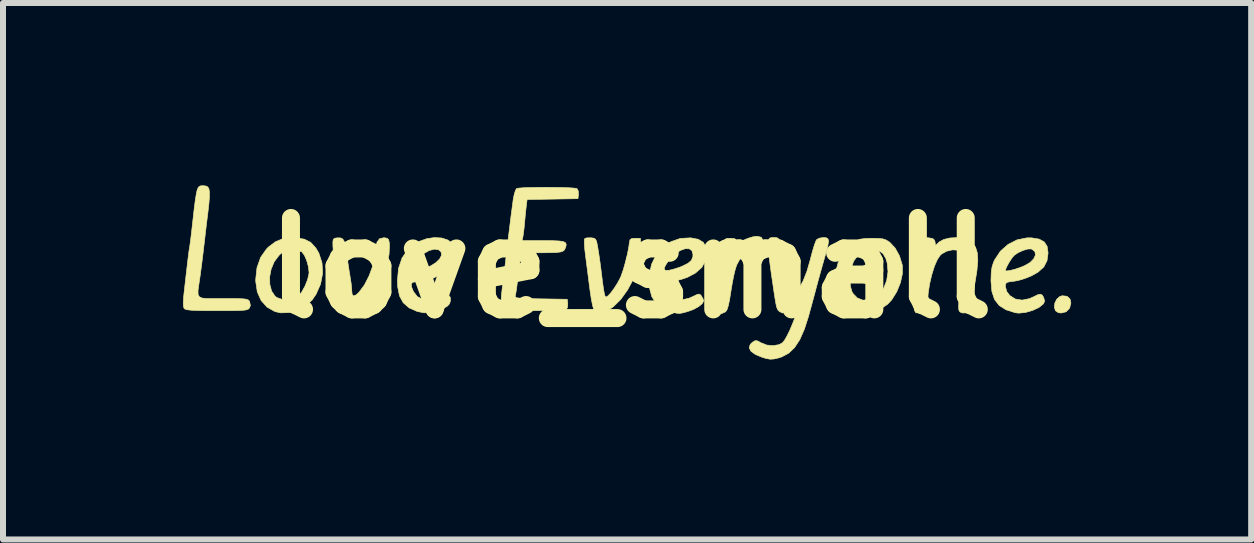
<source format=kicad_pcb>
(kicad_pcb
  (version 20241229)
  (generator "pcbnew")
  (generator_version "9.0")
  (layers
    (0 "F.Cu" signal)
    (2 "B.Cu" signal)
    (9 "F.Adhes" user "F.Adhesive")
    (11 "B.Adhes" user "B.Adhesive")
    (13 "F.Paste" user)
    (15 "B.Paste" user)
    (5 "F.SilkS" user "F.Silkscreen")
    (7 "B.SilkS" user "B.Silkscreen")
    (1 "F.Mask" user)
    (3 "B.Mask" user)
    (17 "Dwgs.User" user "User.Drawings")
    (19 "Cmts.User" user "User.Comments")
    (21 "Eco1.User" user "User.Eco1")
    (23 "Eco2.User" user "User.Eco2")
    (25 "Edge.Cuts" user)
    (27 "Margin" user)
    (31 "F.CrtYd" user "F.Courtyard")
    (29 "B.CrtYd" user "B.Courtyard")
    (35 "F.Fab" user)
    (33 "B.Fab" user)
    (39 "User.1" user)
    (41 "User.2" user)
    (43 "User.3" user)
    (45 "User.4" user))
  (footprint "love_small"
    (layer "F.Cu")
    (at 7.461 1.418)
    (property "Reference" "love_small" (at 0 0 0) (layer "F.SilkS") (effects (font (size 1.524 1.524) (thickness 0.3))))
    (attr through_hole)
    (fp_poly (pts (xy 7.278 0.471) (xy 7.327 0.518) (xy 7.341 0.582) (xy 7.319 0.67) (xy 7.262 0.729) (xy 7.18 0.75) (xy 7.131 0.744) (xy 7.083 0.711) (xy 7.065 0.653) (xy 7.073 0.585) (xy 7.104 0.521) (xy 7.155 0.475) (xy 7.197 0.462) (xy 7.278 0.471)) (stroke (width 0.01) (type solid)) (fill yes) (layer "F.SilkS"))
    (fp_poly (pts (xy 2.117 -0.528) (xy 2.178 -0.513) (xy 2.203 -0.475) (xy 2.205 -0.461) (xy 2.193 -0.39) (xy 2.143 -0.333) (xy 2.07 -0.306) (xy 2.055 -0.305) (xy 1.974 -0.282) (xy 1.89 -0.221) (xy 1.814 -0.132) (xy 1.772 -0.055) (xy 1.748 0.014) (xy 1.722 0.12) (xy 1.697 0.246) (xy 1.675 0.377) (xy 1.652 0.524) (xy 1.63 0.628) (xy 1.609 0.693) (xy 1.587 0.727) (xy 1.584 0.73) (xy 1.518 0.76) (xy 1.46 0.742) (xy 1.437 0.722) (xy 1.409 0.664) (xy 1.41 0.627) (xy 1.418 0.577) (xy 1.43 0.492) (xy 1.443 0.388) (xy 1.447 0.356) (xy 1.472 0.126) (xy 1.493 -0.058) (xy 1.51 -0.202) (xy 1.526 -0.31) (xy 1.541 -0.388) (xy 1.556 -0.44) (xy 1.573 -0.472) (xy 1.593 -0.489) (xy 1.617 -0.495) (xy 1.647 -0.495) (xy 1.666 -0.495) (xy 1.73 -0.491) (xy 1.758 -0.475) (xy 1.763 -0.438) (xy 1.77 -0.394) (xy 1.782 -0.381) (xy 1.803 -0.4) (xy 1.803 -0.404) (xy 1.826 -0.431) (xy 1.882 -0.463) (xy 1.957 -0.495) (xy 2.036 -0.519) (xy 2.102 -0.529) (xy 2.117 -0.528)) (stroke (width 0.01) (type solid)) (fill yes) (layer "F.SilkS"))
    (fp_poly (pts (xy -4.101 -0.504) (xy -4.055 -0.495) (xy -4.032 -0.471) (xy -4.021 -0.418) (xy -4.018 -0.374) (xy -4.026 -0.223) (xy -4.065 -0.053) (xy -4.129 0.124) (xy -4.211 0.297) (xy -4.308 0.453) (xy -4.413 0.582) (xy -4.518 0.671) (xy -4.632 0.73) (xy -4.722 0.749) (xy -4.781 0.73) (xy -4.798 0.707) (xy -4.815 0.663) (xy -4.832 0.592) (xy -4.852 0.49) (xy -4.875 0.35) (xy -4.902 0.17) (xy -4.927 -0.013) (xy -4.942 -0.132) (xy -4.954 -0.254) (xy -4.96 -0.352) (xy -4.961 -0.356) (xy -4.962 -0.436) (xy -4.955 -0.478) (xy -4.933 -0.496) (xy -4.889 -0.503) (xy -4.885 -0.503) (xy -4.834 -0.502) (xy -4.797 -0.484) (xy -4.771 -0.44) (xy -4.75 -0.362) (xy -4.731 -0.245) (xy -4.725 -0.194) (xy -4.709 -0.073) (xy -4.691 0.046) (xy -4.675 0.142) (xy -4.673 0.157) (xy -4.658 0.251) (xy -4.649 0.34) (xy -4.648 0.37) (xy -4.64 0.442) (xy -4.615 0.466) (xy -4.57 0.445) (xy -4.525 0.402) (xy -4.437 0.284) (xy -4.359 0.132) (xy -4.296 -0.037) (xy -4.255 -0.204) (xy -4.243 -0.332) (xy -4.227 -0.431) (xy -4.183 -0.489) (xy -4.111 -0.505) (xy -4.101 -0.504)) (stroke (width 0.01) (type solid)) (fill yes) (layer "F.SilkS"))
    (fp_poly (pts (xy -0.657 -0.504) (xy -0.611 -0.497) (xy -0.583 -0.48) (xy -0.565 -0.441) (xy -0.55 -0.368) (xy -0.544 -0.33) (xy -0.528 -0.229) (xy -0.509 -0.099) (xy -0.491 0.037) (xy -0.485 0.089) (xy -0.466 0.24) (xy -0.451 0.348) (xy -0.438 0.419) (xy -0.427 0.461) (xy -0.415 0.479) (xy -0.406 0.483) (xy -0.373 0.462) (xy -0.325 0.409) (xy -0.27 0.334) (xy -0.216 0.249) (xy -0.172 0.166) (xy -0.16 0.14) (xy -0.122 0.032) (xy -0.084 -0.101) (xy -0.05 -0.24) (xy -0.027 -0.364) (xy -0.02 -0.419) (xy -0.009 -0.471) (xy 0.02 -0.492) (xy 0.076 -0.495) (xy 0.165 -0.495) (xy 0.173 -0.361) (xy 0.163 -0.188) (xy 0.119 -0.001) (xy 0.046 0.188) (xy -0.05 0.366) (xy -0.162 0.522) (xy -0.285 0.643) (xy -0.327 0.673) (xy -0.431 0.729) (xy -0.519 0.753) (xy -0.58 0.741) (xy -0.606 0.706) (xy -0.63 0.635) (xy -0.653 0.524) (xy -0.676 0.368) (xy -0.685 0.302) (xy -0.7 0.181) (xy -0.719 0.033) (xy -0.739 -0.118) (xy -0.748 -0.19) (xy -0.762 -0.304) (xy -0.769 -0.4) (xy -0.77 -0.466) (xy -0.765 -0.49) (xy -0.727 -0.503) (xy -0.663 -0.504) (xy -0.657 -0.504)) (stroke (width 0.01) (type solid)) (fill yes) (layer "F.SilkS"))
    (fp_poly (pts (xy -5.578 -0.504) (xy -5.438 -0.481) (xy -5.332 -0.428) (xy -5.248 -0.337) (xy -5.196 -0.249) (xy -5.143 -0.086) (xy -5.133 0.089) (xy -5.167 0.267) (xy -5.242 0.437) (xy -5.306 0.53) (xy -5.412 0.63) (xy -5.545 0.702) (xy -5.69 0.743) (xy -5.834 0.747) (xy -5.927 0.726) (xy -6.059 0.652) (xy -6.158 0.542) (xy -6.222 0.398) (xy -6.248 0.224) (xy -6.248 0.192) (xy -6.244 0.148) (xy -6.016 0.148) (xy -6.013 0.274) (xy -5.983 0.385) (xy -5.925 0.47) (xy -5.896 0.492) (xy -5.817 0.52) (xy -5.716 0.526) (xy -5.618 0.51) (xy -5.542 0.474) (xy -5.538 0.47) (xy -5.481 0.399) (xy -5.426 0.3) (xy -5.383 0.192) (xy -5.361 0.096) (xy -5.359 0.074) (xy -5.37 -0.023) (xy -5.398 -0.124) (xy -5.436 -0.212) (xy -5.479 -0.268) (xy -5.48 -0.27) (xy -5.532 -0.29) (xy -5.61 -0.302) (xy -5.645 -0.304) (xy -5.722 -0.3) (xy -5.779 -0.28) (xy -5.837 -0.233) (xy -5.863 -0.207) (xy -5.94 -0.104) (xy -5.991 0.018) (xy -6.016 0.148) (xy -6.244 0.148) (xy -6.227 -0.006) (xy -6.166 -0.179) (xy -6.065 -0.321) (xy -6.036 -0.35) (xy -5.916 -0.44) (xy -5.79 -0.491) (xy -5.642 -0.506) (xy -5.578 -0.504)) (stroke (width 0.01) (type solid)) (fill yes) (layer "F.SilkS"))
    (fp_poly (pts (xy 4.135 -0.493) (xy 4.206 -0.486) (xy 4.259 -0.468) (xy 4.309 -0.437) (xy 4.323 -0.427) (xy 4.412 -0.332) (xy 4.483 -0.203) (xy 4.528 -0.056) (xy 4.532 -0.038) (xy 4.532 0.096) (xy 4.499 0.245) (xy 4.439 0.394) (xy 4.357 0.526) (xy 4.289 0.601) (xy 4.193 0.666) (xy 4.073 0.715) (xy 3.947 0.744) (xy 3.833 0.748) (xy 3.784 0.739) (xy 3.634 0.669) (xy 3.522 0.567) (xy 3.448 0.431) (xy 3.411 0.261) (xy 3.41 0.255) (xy 3.413 0.179) (xy 3.658 0.179) (xy 3.665 0.302) (xy 3.69 0.391) (xy 3.708 0.424) (xy 3.78 0.499) (xy 3.874 0.536) (xy 3.98 0.533) (xy 4.084 0.49) (xy 4.135 0.451) (xy 4.217 0.344) (xy 4.27 0.209) (xy 4.292 0.061) (xy 4.278 -0.086) (xy 4.255 -0.161) (xy 4.207 -0.242) (xy 4.141 -0.287) (xy 4.043 -0.304) (xy 4.012 -0.305) (xy 3.892 -0.282) (xy 3.793 -0.216) (xy 3.718 -0.112) (xy 3.672 0.025) (xy 3.658 0.179) (xy 3.413 0.179) (xy 3.416 0.08) (xy 3.461 -0.091) (xy 3.54 -0.246) (xy 3.647 -0.373) (xy 3.715 -0.425) (xy 3.777 -0.461) (xy 3.836 -0.482) (xy 3.91 -0.492) (xy 4.015 -0.495) (xy 4.028 -0.495) (xy 4.135 -0.493)) (stroke (width 0.01) (type solid)) (fill yes) (layer "F.SilkS"))
    (fp_poly (pts (xy -3.145 -0.5) (xy -3.043 -0.466) (xy -2.969 -0.408) (xy -2.945 -0.365) (xy -2.922 -0.24) (xy -2.947 -0.121) (xy -3.017 -0.011) (xy -3.128 0.086) (xy -3.279 0.165) (xy -3.338 0.187) (xy -3.433 0.212) (xy -3.528 0.227) (xy -3.561 0.229) (xy -3.626 0.236) (xy -3.655 0.262) (xy -3.65 0.316) (xy -3.618 0.394) (xy -3.553 0.477) (xy -3.46 0.525) (xy -3.349 0.536) (xy -3.233 0.508) (xy -3.183 0.483) (xy -3.097 0.446) (xy -3.036 0.448) (xy -3.005 0.488) (xy -3.002 0.54) (xy -3.015 0.593) (xy -3.051 0.634) (xy -3.122 0.675) (xy -3.126 0.677) (xy -3.288 0.736) (xy -3.441 0.747) (xy -3.556 0.724) (xy -3.691 0.664) (xy -3.789 0.579) (xy -3.851 0.465) (xy -3.881 0.317) (xy -3.886 0.208) (xy -3.87 0.036) (xy -3.631 0.036) (xy -3.615 0.051) (xy -3.583 0.044) (xy -3.517 0.028) (xy -3.448 0.009) (xy -3.337 -0.033) (xy -3.246 -0.089) (xy -3.183 -0.15) (xy -3.151 -0.211) (xy -3.157 -0.266) (xy -3.197 -0.303) (xy -3.268 -0.315) (xy -3.356 -0.292) (xy -3.447 -0.241) (xy -3.529 -0.169) (xy -3.579 -0.1) (xy -3.62 -0.016) (xy -3.631 0.036) (xy -3.87 0.036) (xy -3.867 0.004) (xy -3.809 -0.167) (xy -3.713 -0.306) (xy -3.576 -0.415) (xy -3.525 -0.443) (xy -3.397 -0.489) (xy -3.267 -0.508) (xy -3.145 -0.5)) (stroke (width 0.01) (type solid)) (fill yes) (layer "F.SilkS"))
    (fp_poly (pts (xy 1.003 -0.503) (xy 1.129 -0.479) (xy 1.213 -0.428) (xy 1.259 -0.349) (xy 1.27 -0.261) (xy 1.25 -0.125) (xy 1.189 -0.011) (xy 1.083 0.083) (xy 0.953 0.153) (xy 0.848 0.189) (xy 0.734 0.216) (xy 0.692 0.222) (xy 0.615 0.232) (xy 0.575 0.246) (xy 0.561 0.274) (xy 0.559 0.31) (xy 0.583 0.395) (xy 0.633 0.459) (xy 0.726 0.518) (xy 0.841 0.534) (xy 0.972 0.504) (xy 1.035 0.477) (xy 1.103 0.444) (xy 1.141 0.434) (xy 1.165 0.445) (xy 1.184 0.469) (xy 1.212 0.52) (xy 1.219 0.549) (xy 1.196 0.593) (xy 1.136 0.643) (xy 1.049 0.69) (xy 0.957 0.724) (xy 0.874 0.747) (xy 0.818 0.757) (xy 0.768 0.753) (xy 0.703 0.738) (xy 0.699 0.737) (xy 0.544 0.679) (xy 0.43 0.594) (xy 0.355 0.478) (xy 0.315 0.329) (xy 0.311 0.144) (xy 0.313 0.119) (xy 0.334 0.016) (xy 0.56 0.016) (xy 0.58 0.039) (xy 0.638 0.038) (xy 0.654 0.035) (xy 0.74 0.013) (xy 0.835 -0.019) (xy 0.859 -0.029) (xy 0.957 -0.078) (xy 1.014 -0.127) (xy 1.039 -0.186) (xy 1.041 -0.224) (xy 1.024 -0.289) (xy 0.978 -0.321) (xy 0.912 -0.322) (xy 0.832 -0.294) (xy 0.746 -0.239) (xy 0.664 -0.159) (xy 0.631 -0.118) (xy 0.577 -0.035) (xy 0.56 0.016) (xy 0.334 0.016) (xy 0.35 -0.061) (xy 0.426 -0.217) (xy 0.535 -0.345) (xy 0.671 -0.438) (xy 0.828 -0.493) (xy 1 -0.503) (xy 1.003 -0.503)) (stroke (width 0.01) (type solid)) (fill yes) (layer "F.SilkS"))
    (fp_poly (pts (xy 5.554 -0.494) (xy 5.618 -0.472) (xy 5.697 -0.421) (xy 5.751 -0.35) (xy 5.781 -0.253) (xy 5.789 -0.126) (xy 5.775 0.039) (xy 5.753 0.178) (xy 5.735 0.287) (xy 5.722 0.386) (xy 5.715 0.457) (xy 5.715 0.47) (xy 5.703 0.591) (xy 5.67 0.684) (xy 5.62 0.739) (xy 5.598 0.748) (xy 5.531 0.749) (xy 5.495 0.734) (xy 5.481 0.718) (xy 5.472 0.695) (xy 5.469 0.656) (xy 5.471 0.595) (xy 5.48 0.504) (xy 5.495 0.376) (xy 5.512 0.241) (xy 5.532 0.078) (xy 5.546 -0.042) (xy 5.553 -0.127) (xy 5.555 -0.184) (xy 5.55 -0.221) (xy 5.54 -0.245) (xy 5.524 -0.263) (xy 5.457 -0.298) (xy 5.367 -0.303) (xy 5.271 -0.281) (xy 5.186 -0.234) (xy 5.166 -0.217) (xy 5.115 -0.142) (xy 5.066 -0.03) (xy 5.022 0.11) (xy 4.986 0.263) (xy 4.962 0.419) (xy 4.953 0.56) (xy 4.936 0.652) (xy 4.89 0.719) (xy 4.825 0.752) (xy 4.756 0.745) (xy 4.735 0.711) (xy 4.726 0.635) (xy 4.728 0.525) (xy 4.741 0.389) (xy 4.747 0.343) (xy 4.759 0.254) (xy 4.774 0.133) (xy 4.79 -0.004) (xy 4.802 -0.114) (xy 4.818 -0.265) (xy 4.834 -0.371) (xy 4.852 -0.442) (xy 4.875 -0.482) (xy 4.906 -0.501) (xy 4.948 -0.505) (xy 4.974 -0.503) (xy 5.039 -0.491) (xy 5.068 -0.464) (xy 5.076 -0.436) (xy 5.084 -0.376) (xy 5.146 -0.435) (xy 5.221 -0.476) (xy 5.325 -0.501) (xy 5.442 -0.507) (xy 5.554 -0.494)) (stroke (width 0.01) (type solid)) (fill yes) (layer "F.SilkS"))
    (fp_poly (pts (xy 6.683 -0.503) (xy 6.811 -0.482) (xy 6.896 -0.436) (xy 6.944 -0.363) (xy 6.96 -0.256) (xy 6.96 -0.249) (xy 6.943 -0.123) (xy 6.89 -0.019) (xy 6.795 0.067) (xy 6.685 0.13) (xy 6.578 0.173) (xy 6.465 0.207) (xy 6.387 0.221) (xy 6.307 0.231) (xy 6.266 0.245) (xy 6.251 0.271) (xy 6.248 0.31) (xy 6.273 0.395) (xy 6.323 0.459) (xy 6.415 0.517) (xy 6.528 0.535) (xy 6.651 0.51) (xy 6.712 0.483) (xy 6.789 0.445) (xy 6.836 0.436) (xy 6.867 0.456) (xy 6.888 0.495) (xy 6.903 0.552) (xy 6.883 0.598) (xy 6.882 0.598) (xy 6.809 0.657) (xy 6.704 0.706) (xy 6.586 0.74) (xy 6.473 0.752) (xy 6.413 0.745) (xy 6.259 0.696) (xy 6.145 0.624) (xy 6.068 0.524) (xy 6.024 0.392) (xy 6.009 0.221) (xy 6.009 0.203) (xy 6.013 0.079) (xy 6.018 0.04) (xy 6.248 0.04) (xy 6.27 0.049) (xy 6.327 0.041) (xy 6.407 0.021) (xy 6.499 -0.01) (xy 6.569 -0.039) (xy 6.661 -0.092) (xy 6.722 -0.155) (xy 6.75 -0.218) (xy 6.741 -0.274) (xy 6.692 -0.313) (xy 6.68 -0.318) (xy 6.622 -0.317) (xy 6.542 -0.293) (xy 6.459 -0.255) (xy 6.393 -0.209) (xy 6.356 -0.164) (xy 6.313 -0.098) (xy 6.275 -0.029) (xy 6.251 0.025) (xy 6.248 0.04) (xy 6.018 0.04) (xy 6.025 -0.012) (xy 6.049 -0.09) (xy 6.068 -0.133) (xy 6.165 -0.28) (xy 6.294 -0.394) (xy 6.444 -0.47) (xy 6.609 -0.503) (xy 6.683 -0.503)) (stroke (width 0.01) (type solid)) (fill yes) (layer "F.SilkS"))
    (fp_poly (pts (xy -7.081 -1.368) (xy -7.05 -1.354) (xy -7.029 -1.323) (xy -7.02 -1.268) (xy -7.02 -1.185) (xy -7.029 -1.068) (xy -7.047 -0.909) (xy -7.061 -0.8) (xy -7.074 -0.692) (xy -7.09 -0.557) (xy -7.106 -0.418) (xy -7.112 -0.368) (xy -7.129 -0.222) (xy -7.15 -0.055) (xy -7.171 0.104) (xy -7.177 0.147) (xy -7.197 0.28) (xy -7.21 0.375) (xy -7.209 0.44) (xy -7.188 0.48) (xy -7.142 0.501) (xy -7.063 0.509) (xy -6.946 0.509) (xy -6.795 0.508) (xy -6.64 0.508) (xy -6.528 0.51) (xy -6.451 0.514) (xy -6.402 0.521) (xy -6.373 0.532) (xy -6.357 0.548) (xy -6.35 0.559) (xy -6.337 0.624) (xy -6.35 0.66) (xy -6.362 0.678) (xy -6.38 0.69) (xy -6.413 0.699) (xy -6.466 0.705) (xy -6.547 0.709) (xy -6.662 0.711) (xy -6.819 0.711) (xy -6.894 0.711) (xy -7.077 0.711) (xy -7.216 0.708) (xy -7.316 0.704) (xy -7.382 0.697) (xy -7.422 0.687) (xy -7.44 0.676) (xy -7.453 0.641) (xy -7.456 0.576) (xy -7.449 0.473) (xy -7.443 0.416) (xy -7.427 0.276) (xy -7.409 0.117) (xy -7.392 -0.027) (xy -7.391 -0.038) (xy -7.378 -0.148) (xy -7.366 -0.246) (xy -7.356 -0.315) (xy -7.353 -0.33) (xy -7.345 -0.384) (xy -7.333 -0.472) (xy -7.32 -0.579) (xy -7.315 -0.622) (xy -7.291 -0.836) (xy -7.272 -1.005) (xy -7.255 -1.134) (xy -7.24 -1.228) (xy -7.226 -1.294) (xy -7.21 -1.335) (xy -7.192 -1.359) (xy -7.17 -1.369) (xy -7.143 -1.372) (xy -7.125 -1.372) (xy -7.081 -1.368)) (stroke (width 0.01) (type solid)) (fill yes) (layer "F.SilkS"))
    (fp_poly (pts (xy -1.268 -1.344) (xy -1.137 -1.342) (xy -1.024 -1.338) (xy -0.941 -1.332) (xy -0.896 -1.325) (xy -0.893 -1.324) (xy -0.871 -1.284) (xy -0.868 -1.229) (xy -0.876 -1.156) (xy -1.3 -1.149) (xy -1.724 -1.142) (xy -1.738 -1.034) (xy -1.747 -0.952) (xy -1.758 -0.843) (xy -1.766 -0.749) (xy -1.776 -0.651) (xy -1.787 -0.566) (xy -1.795 -0.514) (xy -1.809 -0.457) (xy -1.453 -0.457) (xy -1.3 -0.456) (xy -1.192 -0.451) (xy -1.122 -0.441) (xy -1.084 -0.422) (xy -1.072 -0.394) (xy -1.079 -0.354) (xy -1.085 -0.337) (xy -1.1 -0.305) (xy -1.125 -0.282) (xy -1.166 -0.268) (xy -1.233 -0.259) (xy -1.334 -0.256) (xy -1.477 -0.254) (xy -1.49 -0.254) (xy -1.824 -0.254) (xy -1.852 -0.032) (xy -1.867 0.086) (xy -1.882 0.2) (xy -1.893 0.289) (xy -1.895 0.305) (xy -1.906 0.385) (xy -1.917 0.449) (xy -1.921 0.463) (xy -1.922 0.479) (xy -1.909 0.491) (xy -1.877 0.499) (xy -1.817 0.505) (xy -1.725 0.509) (xy -1.592 0.512) (xy -1.494 0.514) (xy -1.054 0.521) (xy -1.046 0.594) (xy -1.05 0.656) (xy -1.071 0.689) (xy -1.106 0.695) (xy -1.181 0.701) (xy -1.287 0.705) (xy -1.416 0.708) (xy -1.557 0.71) (xy -1.701 0.711) (xy -1.839 0.71) (xy -1.961 0.708) (xy -2.059 0.704) (xy -2.122 0.699) (xy -2.142 0.694) (xy -2.155 0.653) (xy -2.158 0.571) (xy -2.152 0.457) (xy -2.137 0.32) (xy -2.135 0.31) (xy -2.121 0.206) (xy -2.105 0.074) (xy -2.089 -0.063) (xy -2.083 -0.114) (xy -2.063 -0.29) (xy -2.039 -0.487) (xy -2.014 -0.691) (xy -1.99 -0.885) (xy -1.967 -1.055) (xy -1.956 -1.141) (xy -1.939 -1.228) (xy -1.918 -1.295) (xy -1.9 -1.325) (xy -1.863 -1.332) (xy -1.786 -1.338) (xy -1.678 -1.342) (xy -1.549 -1.344) (xy -1.409 -1.345) (xy -1.268 -1.344)) (stroke (width 0.01) (type solid)) (fill yes) (layer "F.SilkS"))
    (fp_poly (pts (xy 2.418 -0.508) (xy 2.445 -0.503) (xy 2.467 -0.489) (xy 2.485 -0.46) (xy 2.501 -0.411) (xy 2.517 -0.336) (xy 2.534 -0.229) (xy 2.554 -0.086) (xy 2.578 0.099) (xy 2.593 0.216) (xy 2.606 0.315) (xy 2.62 0.401) (xy 2.63 0.454) (xy 2.644 0.515) (xy 2.731 0.432) (xy 2.809 0.337) (xy 2.878 0.213) (xy 2.941 0.053) (xy 3 -0.151) (xy 3.005 -0.174) (xy 3.035 -0.286) (xy 3.064 -0.382) (xy 3.089 -0.449) (xy 3.101 -0.472) (xy 3.145 -0.497) (xy 3.212 -0.508) (xy 3.216 -0.508) (xy 3.263 -0.504) (xy 3.291 -0.487) (xy 3.301 -0.45) (xy 3.292 -0.385) (xy 3.267 -0.284) (xy 3.241 -0.194) (xy 3.211 -0.088) (xy 3.172 0.05) (xy 3.13 0.202) (xy 3.09 0.35) (xy 3.089 0.356) (xy 3.053 0.49) (xy 3.019 0.616) (xy 2.99 0.721) (xy 2.971 0.791) (xy 2.969 0.8) (xy 2.898 1.02) (xy 2.821 1.195) (xy 2.734 1.327) (xy 2.635 1.421) (xy 2.519 1.482) (xy 2.477 1.496) (xy 2.392 1.516) (xy 2.326 1.52) (xy 2.254 1.506) (xy 2.197 1.489) (xy 2.081 1.441) (xy 2.007 1.387) (xy 1.978 1.329) (xy 1.996 1.272) (xy 2.037 1.234) (xy 2.078 1.211) (xy 2.116 1.214) (xy 2.173 1.245) (xy 2.27 1.284) (xy 2.377 1.294) (xy 2.477 1.277) (xy 2.534 1.245) (xy 2.568 1.203) (xy 2.609 1.131) (xy 2.654 1.039) (xy 2.697 0.938) (xy 2.736 0.837) (xy 2.765 0.747) (xy 2.783 0.678) (xy 2.783 0.64) (xy 2.776 0.635) (xy 2.749 0.648) (xy 2.7 0.68) (xy 2.696 0.682) (xy 2.602 0.737) (xy 2.53 0.749) (xy 2.479 0.723) (xy 2.461 0.703) (xy 2.446 0.68) (xy 2.434 0.644) (xy 2.422 0.589) (xy 2.408 0.505) (xy 2.389 0.383) (xy 2.378 0.305) (xy 2.345 0.082) (xy 2.321 -0.097) (xy 2.303 -0.235) (xy 2.293 -0.338) (xy 2.291 -0.411) (xy 2.297 -0.46) (xy 2.31 -0.488) (xy 2.331 -0.503) (xy 2.36 -0.508) (xy 2.384 -0.508) (xy 2.418 -0.508)) (stroke (width 0.01) (type solid)) (fill yes) (layer "F.SilkS")))
  (gr_rect
    (start -3 -3)
    (end 17.807 5.943)
    (stroke (width 0.1) (type default))
    (fill no)
    (layer "Edge.Cuts")))
</source>
